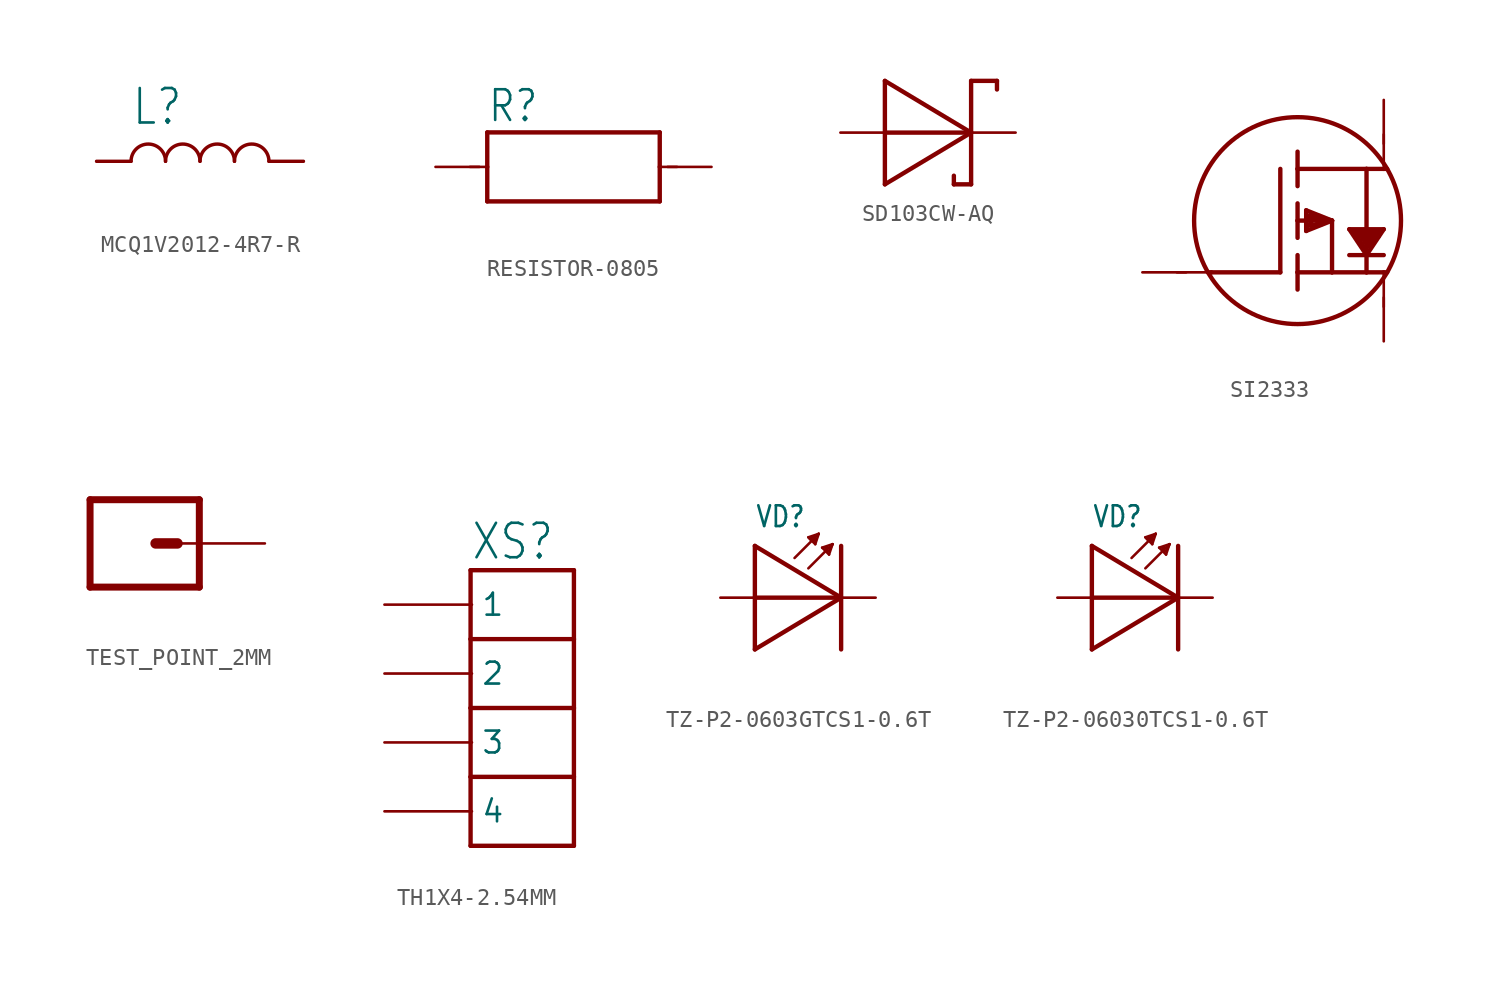
<source format=kicad_sym>
(kicad_symbol_lib
  (version 20231120)
  (generator "kicad_symbol_editor")
  (generator_version "8.0")
  (symbol "MCQ1V2012-4R7-R"
    (property "Reference" "L"
      (at -4 2 0)
      (effects (font (size 2 1.7)) (justify left bottom)))
    (property "Value" ""
      (at -4 -3 0)
      (effects (font (size 2 1.7)) (justify left bottom)))
    (property "ki_locked" ""
      (at 0 0 0)
      (effects (font (size 1.27 1.27))))
    (symbol "MCQ1V2012-4R7-R_1_0"
      (arc (start -2 0) (mid -3 0.9957) (end -4 0) (stroke (width 0.2) (type solid)) (fill (type none)))
      (arc (start 0 0) (mid -1 0.9957) (end -2 0) (stroke (width 0.2) (type solid)) (fill (type none)))
      (polyline (pts (xy -4 0) (xy -6 0)) (stroke (width 0.2) (type solid)) (fill (type none)))
      (polyline (pts (xy 4 0) (xy 6 0)) (stroke (width 0.2) (type solid)) (fill (type none)))
      (arc (start 2 0) (mid 1 0.9957) (end 0 0) (stroke (width 0.2) (type solid)) (fill (type none)))
      (arc (start 4 0) (mid 3 0.9957) (end 2 0) (stroke (width 0.2) (type solid)) (fill (type none)))
      (pin bidirectional line (at -6 0 0) (length 0) (name "1" (effects (font (size 0 0)))) (number "P$1" (effects (font (size 0 0)))))
      (pin bidirectional line (at 6 0 180) (length 0) (name "2" (effects (font (size 0 0)))) (number "P$2" (effects (font (size 0 0)))))))
  (symbol "RESISTOR-0805"
    (property "Reference" "R"
      (at -5 2.5 0)
      (effects (font (size 1.778 1.511)) (justify left bottom)))
    (property "Value" ""
      (at -5 -4 0)
      (effects (font (size 1.778 1.511)) (justify left bottom)))
    (property "ki_locked" ""
      (at 0 0 0)
      (effects (font (size 1.27 1.27))))
    (symbol "RESISTOR-0805_1_0"
      (polyline (pts (xy -6 0) (xy -5 0)) (stroke (width 0.152) (type solid)) (fill (type none)))
      (polyline (pts (xy -5 -2) (xy 5 -2)) (stroke (width 0.254) (type solid)) (fill (type none)))
      (polyline (pts (xy -5 0) (xy -5 -2)) (stroke (width 0.254) (type solid)) (fill (type none)))
      (polyline (pts (xy -5 2) (xy -5 0)) (stroke (width 0.254) (type solid)) (fill (type none)))
      (polyline (pts (xy 5 -2) (xy 5 0)) (stroke (width 0.254) (type solid)) (fill (type none)))
      (polyline (pts (xy 5 0) (xy 5 2)) (stroke (width 0.254) (type solid)) (fill (type none)))
      (polyline (pts (xy 5 2) (xy -5 2)) (stroke (width 0.254) (type solid)) (fill (type none)))
      (polyline (pts (xy 6 0) (xy 5 0)) (stroke (width 0.152) (type solid)) (fill (type none)))
      (pin bidirectional line (at -8 0 0) (length 2.54) (name "1" (effects (font (size 0 0)))) (number "1" (effects (font (size 0 0)))))
      (pin bidirectional line (at 8 0 180) (length 2.54) (name "2" (effects (font (size 0 0)))) (number "2" (effects (font (size 0 0)))))))
  (symbol "SD103CW-AQ"
    (property "Reference" "VD"
      (at -3 4 0)
      (effects (font (size 1.778 1.511)) (justify left bottom) (hide yes)))
    (property "ki_locked" ""
      (at 0 0 0)
      (effects (font (size 1.27 1.27))))
    (symbol "SD103CW-AQ_1_0"
      (polyline (pts (xy -2.5 -3) (xy 2.5 0)) (stroke (width 0.254) (type solid)) (fill (type none)))
      (polyline (pts (xy -2.5 0) (xy 2.5 0)) (stroke (width 0.254) (type solid)) (fill (type none)))
      (polyline (pts (xy -2.5 3) (xy -2.5 -3)) (stroke (width 0.254) (type solid)) (fill (type none)))
      (polyline (pts (xy -2.5 3) (xy 2.5 0)) (stroke (width 0.254) (type solid)) (fill (type none)))
      (polyline (pts (xy 1.5 -3) (xy 1.5 -2.5)) (stroke (width 0.254) (type solid)) (fill (type none)))
      (polyline (pts (xy 2.5 -3) (xy 1.5 -3)) (stroke (width 0.254) (type solid)) (fill (type none)))
      (polyline (pts (xy 2.5 0) (xy 2.5 -3)) (stroke (width 0.254) (type solid)) (fill (type none)))
      (polyline (pts (xy 2.5 3) (xy 2.5 0)) (stroke (width 0.254) (type solid)) (fill (type none)))
      (polyline (pts (xy 2.5 3) (xy 4 3)) (stroke (width 0.254) (type solid)) (fill (type none)))
      (polyline (pts (xy 4 3) (xy 4 2.5)) (stroke (width 0.254) (type solid)) (fill (type none)))
      (pin bidirectional line (at -5.08 0 0) (length 2.54) (name "A" (effects (font (size 0 0)))) (number "A" (effects (font (size 0 0)))))
      (pin bidirectional line (at 5.08 0 180) (length 2.54) (name "C" (effects (font (size 0 0)))) (number "C" (effects (font (size 0 0)))))))
  (symbol "SI2333"
    (property "Reference" "VT"
      (at -5 7 0)
      (effects (font (size 1.778 1.511)) (justify left bottom) (hide yes)))
    (property "ki_locked" ""
      (at 0 0 0)
      (effects (font (size 1.27 1.27))))
    (symbol "SI2333_1_0"
      (polyline (pts (xy -5 -3) (xy -7 -3)) (stroke (width 0.152) (type solid)) (fill (type none)))
      (polyline (pts (xy -5 -3) (xy -5.2 -3)) (stroke (width 0.254) (type solid)) (fill (type none)))
      (polyline (pts (xy -1 -3) (xy -5 -3)) (stroke (width 0.254) (type solid)) (fill (type none)))
      (polyline (pts (xy -1 3) (xy -1 -3)) (stroke (width 0.254) (type solid)) (fill (type none)))
      (polyline (pts (xy 0 -3) (xy 0 -4)) (stroke (width 0.254) (type solid)) (fill (type none)))
      (polyline (pts (xy 0 -3) (xy 2 -3)) (stroke (width 0.254) (type solid)) (fill (type none)))
      (polyline (pts (xy 0 -2) (xy 0 -3)) (stroke (width 0.254) (type solid)) (fill (type none)))
      (polyline (pts (xy 0 0) (xy 0 -1)) (stroke (width 0.254) (type solid)) (fill (type none)))
      (polyline (pts (xy 0 0) (xy 2 0)) (stroke (width 0.254) (type solid)) (fill (type none)))
      (polyline (pts (xy 0 1) (xy 0 0)) (stroke (width 0.254) (type solid)) (fill (type none)))
      (polyline (pts (xy 0 3) (xy 0 2)) (stroke (width 0.254) (type solid)) (fill (type none)))
      (polyline (pts (xy 0 3) (xy 4 3)) (stroke (width 0.254) (type solid)) (fill (type none)))
      (polyline (pts (xy 0 4) (xy 0 3)) (stroke (width 0.254) (type solid)) (fill (type none)))
      (polyline (pts (xy 0.5 -0.6) (xy 2 0)) (stroke (width 0.254) (type solid)) (fill (type none)))
      (polyline (pts (xy 0.5 0.6) (xy 0.5 -0.6)) (stroke (width 0.254) (type solid)) (fill (type none)))
      (polyline (pts (xy 0.6 -0.3) (xy 0.8 -0.1)) (stroke (width 0.254) (type solid)) (fill (type none)))
      (polyline (pts (xy 0.7 0.1) (xy 0.9 0.1)) (stroke (width 0.254) (type solid)) (fill (type none)))
      (polyline (pts (xy 0.7 0.3) (xy 0.7 0.1)) (stroke (width 0.254) (type solid)) (fill (type none)))
      (polyline (pts (xy 0.9 0.1) (xy 1.4 -0.2)) (stroke (width 0.254) (type solid)) (fill (type none)))
      (polyline (pts (xy 1.4 -0.2) (xy 0.6 -0.3)) (stroke (width 0.254) (type solid)) (fill (type none)))
      (polyline (pts (xy 2 -3) (xy 4 -3)) (stroke (width 0.254) (type solid)) (fill (type none)))
      (polyline (pts (xy 2 0) (xy 0.5 0.6)) (stroke (width 0.254) (type solid)) (fill (type none)))
      (polyline (pts (xy 2 0) (xy 0.7 0.3)) (stroke (width 0.254) (type solid)) (fill (type none)))
      (polyline (pts (xy 2 0) (xy 2 -3)) (stroke (width 0.254) (type solid)) (fill (type none)))
      (polyline (pts (xy 3 -2) (xy 4 -2)) (stroke (width 0.254) (type solid)) (fill (type none)))
      (polyline (pts (xy 3 -0.5) (xy 5 -0.5)) (stroke (width 0.254) (type solid)) (fill (type none)))
      (polyline (pts (xy 3.3 -0.7) (xy 4.8 -0.7)) (stroke (width 0.254) (type solid)) (fill (type none)))
      (polyline (pts (xy 3.6 -0.8) (xy 4.7 -0.9)) (stroke (width 0.254) (type solid)) (fill (type none)))
      (polyline (pts (xy 3.9 -1.6) (xy 3.3 -0.7)) (stroke (width 0.254) (type solid)) (fill (type none)))
      (polyline (pts (xy 4 -3) (xy 5 -3)) (stroke (width 0.254) (type solid)) (fill (type none)))
      (polyline (pts (xy 4 -2) (xy 3 -0.5)) (stroke (width 0.254) (type solid)) (fill (type none)))
      (polyline (pts (xy 4 -2) (xy 4 -3)) (stroke (width 0.254) (type solid)) (fill (type none)))
      (polyline (pts (xy 4 -2) (xy 5 -2)) (stroke (width 0.254) (type solid)) (fill (type none)))
      (polyline (pts (xy 4 3) (xy 4 -2)) (stroke (width 0.254) (type solid)) (fill (type none)))
      (polyline (pts (xy 4 3) (xy 5 3)) (stroke (width 0.254) (type solid)) (fill (type none)))
      (polyline (pts (xy 4.1 -1.5) (xy 3.6 -0.8)) (stroke (width 0.254) (type solid)) (fill (type none)))
      (polyline (pts (xy 4.1 -1.2) (xy 4.2 -1)) (stroke (width 0.254) (type solid)) (fill (type none)))
      (polyline (pts (xy 4.2 -1) (xy 3.9 -1)) (stroke (width 0.254) (type solid)) (fill (type none)))
      (polyline (pts (xy 4.7 -0.9) (xy 4.1 -1.2)) (stroke (width 0.254) (type solid)) (fill (type none)))
      (polyline (pts (xy 4.8 -0.7) (xy 4.1 -1.5)) (stroke (width 0.254) (type solid)) (fill (type none)))
      (polyline (pts (xy 5 -5) (xy 5 -3)) (stroke (width 0.152) (type solid)) (fill (type none)))
      (polyline (pts (xy 5 -3) (xy 5.2 -3)) (stroke (width 0.254) (type solid)) (fill (type none)))
      (polyline (pts (xy 5 -0.5) (xy 4 -2)) (stroke (width 0.254) (type solid)) (fill (type none)))
      (polyline (pts (xy 5 3) (xy 5.2 3)) (stroke (width 0.254) (type solid)) (fill (type none)))
      (polyline (pts (xy 5 5) (xy 5 3)) (stroke (width 0.152) (type solid)) (fill (type none)))
      (circle (center 0 0) (radius 6) (stroke (width 0.254) (type solid)) (fill (type none)))
      (pin bidirectional line (at -9 -3 0) (length 2.54) (name "G" (effects (font (size 0 0)))) (number "1" (effects (font (size 0 0)))))
      (pin bidirectional line (at 5 -7 90) (length 2.54) (name "S" (effects (font (size 0 0)))) (number "2" (effects (font (size 0 0)))))
      (pin bidirectional line (at 5 7 270) (length 2.54) (name "D" (effects (font (size 0 0)))) (number "3" (effects (font (size 0 0)))))))
  (symbol "TEST_POINT_2MM"
    (property "Reference" ""
      (at -2.54 3.048 0)
      (effects (font (size 1.778 1.778)) (justify left bottom) (hide yes)))
    (property "Value" ""
      (at -2.54 -4.826 0)
      (effects (font (size 1.778 1.778)) (justify left bottom)))
    (property "ki_locked" ""
      (at 0 0 0)
      (effects (font (size 1.27 1.27))))
    (symbol "TEST_POINT_2MM_1_0"
      (polyline (pts (xy -2.54 2.54) (xy -2.54 -2.54)) (stroke (width 0.406) (type solid)) (fill (type none)))
      (polyline (pts (xy -2.54 2.54) (xy 3.81 2.54)) (stroke (width 0.406) (type solid)) (fill (type none)))
      (polyline (pts (xy 1.27 0) (xy 2.54 0)) (stroke (width 0.61) (type solid)) (fill (type none)))
      (polyline (pts (xy 3.81 -2.54) (xy -2.54 -2.54)) (stroke (width 0.406) (type solid)) (fill (type none)))
      (polyline (pts (xy 3.81 -2.54) (xy 3.81 2.54)) (stroke (width 0.406) (type solid)) (fill (type none)))
      (pin passive line (at 7.62 0 180) (length 5.08) (name "1" (effects (font (size 0 0)))) (number "1" (effects (font (size 0 0)))))))
  (symbol "TH1X4-2.54MM"
    (property "Reference" "XS"
      (at 0 8.5 0)
      (effects (font (size 2 1.7)) (justify left bottom)))
    (property "ki_locked" ""
      (at 0 0 0)
      (effects (font (size 1.27 1.27))))
    (symbol "TH1X4-2.54MM_1_0"
      (polyline (pts (xy 0 -8) (xy 0 -4)) (stroke (width 0.254) (type solid)) (fill (type none)))
      (polyline (pts (xy 0 -4) (xy 0 0)) (stroke (width 0.254) (type solid)) (fill (type none)))
      (polyline (pts (xy 0 -4) (xy 6 -4)) (stroke (width 0.254) (type solid)) (fill (type none)))
      (polyline (pts (xy 0 0) (xy 0 4)) (stroke (width 0.254) (type solid)) (fill (type none)))
      (polyline (pts (xy 0 0) (xy 6 0)) (stroke (width 0.254) (type solid)) (fill (type none)))
      (polyline (pts (xy 0 4) (xy 0 8)) (stroke (width 0.254) (type solid)) (fill (type none)))
      (polyline (pts (xy 0 4) (xy 6 4)) (stroke (width 0.254) (type solid)) (fill (type none)))
      (polyline (pts (xy 0 8) (xy 6 8)) (stroke (width 0.254) (type solid)) (fill (type none)))
      (polyline (pts (xy 6 -8) (xy 0 -8)) (stroke (width 0.254) (type solid)) (fill (type none)))
      (polyline (pts (xy 6 -4) (xy 6 -8)) (stroke (width 0.254) (type solid)) (fill (type none)))
      (polyline (pts (xy 6 0) (xy 6 -4)) (stroke (width 0.254) (type solid)) (fill (type none)))
      (polyline (pts (xy 6 4) (xy 6 0)) (stroke (width 0.254) (type solid)) (fill (type none)))
      (polyline (pts (xy 6 8) (xy 6 4)) (stroke (width 0.254) (type solid)) (fill (type none)))
      (pin bidirectional line (at -5 6 0) (length 5.08) (name "1" (effects (font (size 1.27 1.27)))) (number "1" (effects (font (size 0 0)))))
      (pin bidirectional line (at -5 2 0) (length 5.08) (name "2" (effects (font (size 1.27 1.27)))) (number "2" (effects (font (size 0 0)))))
      (pin bidirectional line (at -5 -2 0) (length 5.08) (name "3" (effects (font (size 1.27 1.27)))) (number "3" (effects (font (size 0 0)))))
      (pin bidirectional line (at -5 -6 0) (length 5.08) (name "4" (effects (font (size 1.27 1.27)))) (number "4" (effects (font (size 0 0)))))))
  (symbol "TZ-P2-0603GTCS1-0.6T"
    (property "Reference" "VD"
      (at -2 4 0)
      (effects (font (size 1.2 1.02)) (justify left bottom)))
    (property "Value" ""
      (at -2 -5 0)
      (effects (font (size 1.2 1.02)) (justify left bottom)))
    (property "ki_locked" ""
      (at 0 0 0)
      (effects (font (size 1.27 1.27))))
    (symbol "TZ-P2-0603GTCS1-0.6T_1_0"
      (polyline (pts (xy -2 0) (xy -2 -3)) (stroke (width 0.254) (type solid)) (fill (type none)))
      (polyline (pts (xy -2 0) (xy 3 0)) (stroke (width 0.254) (type solid)) (fill (type none)))
      (polyline (pts (xy -2 3) (xy -2 0)) (stroke (width 0.254) (type solid)) (fill (type none)))
      (polyline (pts (xy -2 3) (xy 3 0)) (stroke (width 0.254) (type solid)) (fill (type none)))
      (polyline (pts (xy 0.3 2.3) (xy 1.7 3.7)) (stroke (width 0.15) (type solid)) (fill (type none)))
      (polyline (pts (xy 1.1 1.7) (xy 2.5 3.1)) (stroke (width 0.15) (type solid)) (fill (type none)))
      (polyline (pts (xy 1.1 3.5) (xy 1.2 3.4)) (stroke (width 0.15) (type solid)) (fill (type none)))
      (polyline (pts (xy 1.2 3.4) (xy 1.5 3.1)) (stroke (width 0.15) (type solid)) (fill (type none)))
      (polyline (pts (xy 1.2 3.4) (xy 1.5 3.3)) (stroke (width 0.15) (type solid)) (fill (type none)))
      (polyline (pts (xy 1.5 3.1) (xy 1.7 3.7)) (stroke (width 0.15) (type solid)) (fill (type none)))
      (polyline (pts (xy 1.5 3.3) (xy 1.5 3.4)) (stroke (width 0.15) (type solid)) (fill (type none)))
      (polyline (pts (xy 1.7 3.7) (xy 1.1 3.5)) (stroke (width 0.15) (type solid)) (fill (type none)))
      (polyline (pts (xy 1.7 3.7) (xy 1.2 3.4)) (stroke (width 0.15) (type solid)) (fill (type none)))
      (polyline (pts (xy 1.9 2.9) (xy 2.3 2.5)) (stroke (width 0.15) (type solid)) (fill (type none)))
      (polyline (pts (xy 2.1 2.8) (xy 2.1 2.9)) (stroke (width 0.15) (type solid)) (fill (type none)))
      (polyline (pts (xy 2.1 2.9) (xy 2.2 2.9)) (stroke (width 0.15) (type solid)) (fill (type none)))
      (polyline (pts (xy 2.2 2.7) (xy 2.1 2.8)) (stroke (width 0.15) (type solid)) (fill (type none)))
      (polyline (pts (xy 2.3 2.5) (xy 2.5 3.1)) (stroke (width 0.15) (type solid)) (fill (type none)))
      (polyline (pts (xy 2.3 2.7) (xy 2.2 2.7)) (stroke (width 0.15) (type solid)) (fill (type none)))
      (polyline (pts (xy 2.5 3.1) (xy 1.9 2.9)) (stroke (width 0.15) (type solid)) (fill (type none)))
      (polyline (pts (xy 2.5 3.1) (xy 2.3 2.7)) (stroke (width 0.15) (type solid)) (fill (type none)))
      (polyline (pts (xy 3 0) (xy -2 -3)) (stroke (width 0.254) (type solid)) (fill (type none)))
      (polyline (pts (xy 3 3) (xy 3 -3)) (stroke (width 0.254) (type solid)) (fill (type none)))
      (pin bidirectional line (at -4 0 0) (length 2.54) (name "A" (effects (font (size 0 0)))) (number "A" (effects (font (size 0 0)))))
      (pin bidirectional line (at 5 0 180) (length 2.54) (name "C" (effects (font (size 0 0)))) (number "C" (effects (font (size 0 0)))))))
  (symbol "TZ-P2-06030TCS1-0.6T"
    (property "Reference" "VD"
      (at -2 4 0)
      (effects (font (size 1.2 1.02)) (justify left bottom)))
    (property "Value" ""
      (at -2 -5 0)
      (effects (font (size 1.2 1.02)) (justify left bottom)))
    (property "ki_locked" ""
      (at 0 0 0)
      (effects (font (size 1.27 1.27))))
    (symbol "TZ-P2-06030TCS1-0.6T_1_0"
      (polyline (pts (xy -2 0) (xy -2 -3)) (stroke (width 0.254) (type solid)) (fill (type none)))
      (polyline (pts (xy -2 0) (xy 3 0)) (stroke (width 0.254) (type solid)) (fill (type none)))
      (polyline (pts (xy -2 3) (xy -2 0)) (stroke (width 0.254) (type solid)) (fill (type none)))
      (polyline (pts (xy -2 3) (xy 3 0)) (stroke (width 0.254) (type solid)) (fill (type none)))
      (polyline (pts (xy 0.3 2.3) (xy 1.7 3.7)) (stroke (width 0.15) (type solid)) (fill (type none)))
      (polyline (pts (xy 1.1 1.7) (xy 2.5 3.1)) (stroke (width 0.15) (type solid)) (fill (type none)))
      (polyline (pts (xy 1.1 3.5) (xy 1.2 3.4)) (stroke (width 0.15) (type solid)) (fill (type none)))
      (polyline (pts (xy 1.2 3.4) (xy 1.5 3.1)) (stroke (width 0.15) (type solid)) (fill (type none)))
      (polyline (pts (xy 1.2 3.4) (xy 1.5 3.3)) (stroke (width 0.15) (type solid)) (fill (type none)))
      (polyline (pts (xy 1.5 3.1) (xy 1.7 3.7)) (stroke (width 0.15) (type solid)) (fill (type none)))
      (polyline (pts (xy 1.5 3.3) (xy 1.5 3.4)) (stroke (width 0.15) (type solid)) (fill (type none)))
      (polyline (pts (xy 1.7 3.7) (xy 1.1 3.5)) (stroke (width 0.15) (type solid)) (fill (type none)))
      (polyline (pts (xy 1.7 3.7) (xy 1.2 3.4)) (stroke (width 0.15) (type solid)) (fill (type none)))
      (polyline (pts (xy 1.9 2.9) (xy 2.3 2.5)) (stroke (width 0.15) (type solid)) (fill (type none)))
      (polyline (pts (xy 2.1 2.8) (xy 2.1 2.9)) (stroke (width 0.15) (type solid)) (fill (type none)))
      (polyline (pts (xy 2.1 2.9) (xy 2.2 2.9)) (stroke (width 0.15) (type solid)) (fill (type none)))
      (polyline (pts (xy 2.2 2.7) (xy 2.1 2.8)) (stroke (width 0.15) (type solid)) (fill (type none)))
      (polyline (pts (xy 2.3 2.5) (xy 2.5 3.1)) (stroke (width 0.15) (type solid)) (fill (type none)))
      (polyline (pts (xy 2.3 2.7) (xy 2.2 2.7)) (stroke (width 0.15) (type solid)) (fill (type none)))
      (polyline (pts (xy 2.5 3.1) (xy 1.9 2.9)) (stroke (width 0.15) (type solid)) (fill (type none)))
      (polyline (pts (xy 2.5 3.1) (xy 2.3 2.7)) (stroke (width 0.15) (type solid)) (fill (type none)))
      (polyline (pts (xy 3 0) (xy -2 -3)) (stroke (width 0.254) (type solid)) (fill (type none)))
      (polyline (pts (xy 3 3) (xy 3 -3)) (stroke (width 0.254) (type solid)) (fill (type none)))
      (pin bidirectional line (at -4 0 0) (length 2.54) (name "A" (effects (font (size 0 0)))) (number "A" (effects (font (size 0 0)))))
      (pin bidirectional line (at 5 0 180) (length 2.54) (name "C" (effects (font (size 0 0)))) (number "C" (effects (font (size 0 0))))))))
</source>
